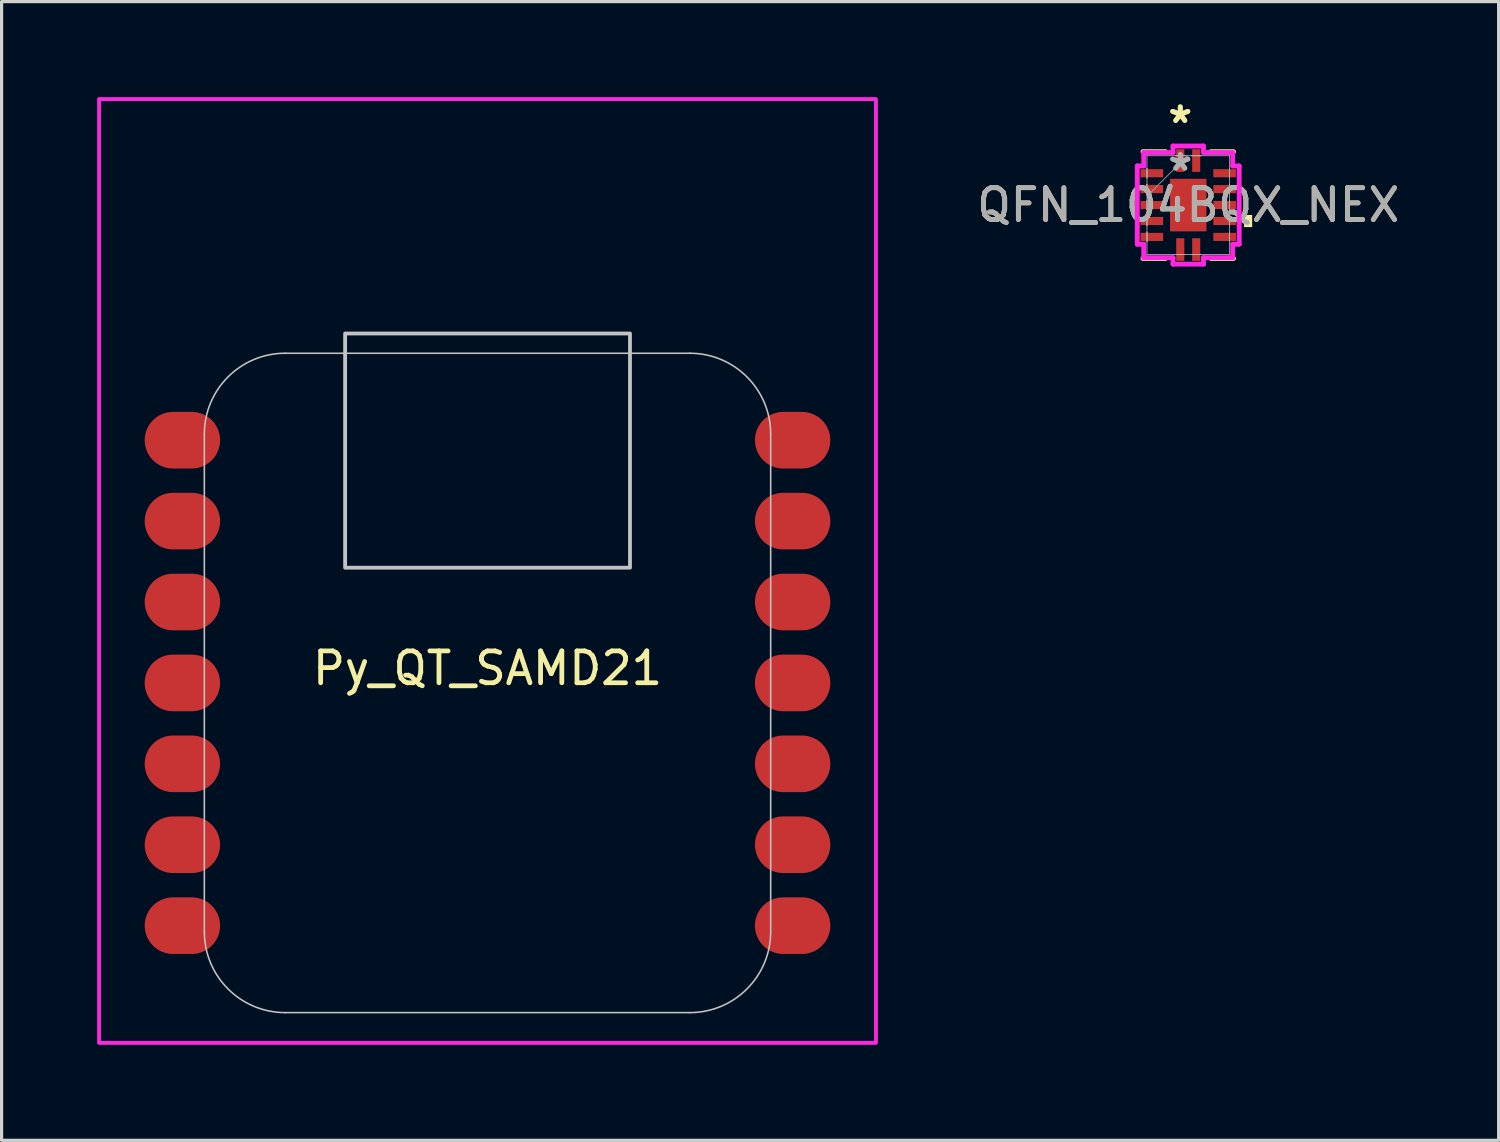
<source format=kicad_pcb>
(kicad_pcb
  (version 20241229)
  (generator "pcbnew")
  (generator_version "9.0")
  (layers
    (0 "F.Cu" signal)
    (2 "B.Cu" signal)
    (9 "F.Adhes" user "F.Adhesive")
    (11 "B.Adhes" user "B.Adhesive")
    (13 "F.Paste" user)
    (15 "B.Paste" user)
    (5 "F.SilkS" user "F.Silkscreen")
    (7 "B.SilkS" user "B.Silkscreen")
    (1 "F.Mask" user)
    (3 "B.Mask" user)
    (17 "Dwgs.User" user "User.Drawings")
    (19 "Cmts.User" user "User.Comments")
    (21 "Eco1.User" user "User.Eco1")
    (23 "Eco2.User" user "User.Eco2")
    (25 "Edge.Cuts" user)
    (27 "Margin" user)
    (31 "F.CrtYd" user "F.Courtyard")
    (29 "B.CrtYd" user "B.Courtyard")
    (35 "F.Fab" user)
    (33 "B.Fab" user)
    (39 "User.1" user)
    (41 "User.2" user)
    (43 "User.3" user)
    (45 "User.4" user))
  (footprint "Py_QT_SAMD21"
    (layer "F.Cu")
    (at 12.255 18.43)
    (property "Reference" "Py_QT_SAMD21" (at 0 -0.5 0) (unlocked yes) (layer "F.SilkS") (effects (font (size 1 1) (thickness 0.15))))
    (fp_line (start -8.89 7.771) (end -8.89 -7.851) (stroke (width 0.05) (type solid)) (layer "Dwgs.User"))
    (fp_line (start -6.35 -10.39) (end 6.35 -10.39) (stroke (width 0.05) (type solid)) (layer "Dwgs.User"))
    (fp_line (start 6.35 10.31) (end -6.35 10.31) (stroke (width 0.05) (type solid)) (layer "Dwgs.User"))
    (fp_line (start 8.89 -7.851) (end 8.89 7.771) (stroke (width 0.05) (type solid)) (layer "Dwgs.User"))
    (fp_rect (start -4.47 -11.01) (end 4.473 -3.657) (stroke (width 0.12) (type default)) (fill no) (layer "Dwgs.User"))
    (fp_arc (start -8.89 -7.8505) (mid -8.146051 -9.646551) (end -6.35 -10.3905) (stroke (width 0.05) (type solid)) (layer "Dwgs.User"))
    (fp_arc (start -6.35 10.3105) (mid -8.146051 9.566551) (end -8.89 7.7705) (stroke (width 0.05) (type solid)) (layer "Dwgs.User"))
    (fp_arc (start 6.35 -10.3905) (mid 8.146051 -9.646551) (end 8.89 -7.8505) (stroke (width 0.05) (type solid)) (layer "Dwgs.User"))
    (fp_arc (start 8.89 7.7705) (mid 8.146051 9.566551) (end 6.35 10.3105) (stroke (width 0.05) (type solid)) (layer "Dwgs.User"))
    (fp_rect (start -12.195 -18.37) (end 12.195 11.26) (stroke (width 0.12) (type default)) (fill no) (layer "F.CrtYd"))
    (pad "1" smd oval (at -9.579 -7.66) (size 2.367 1.778) (layers "F.Cu" "F.Mask" "F.Paste"))
    (pad "2" smd oval (at -9.579 -5.12) (size 2.367 1.778) (layers "F.Cu" "F.Mask" "F.Paste"))
    (pad "3" smd oval (at -9.579 -2.58) (size 2.367 1.778) (layers "F.Cu" "F.Mask" "F.Paste"))
    (pad "4" smd oval (at -9.579 -0.04) (size 2.367 1.778) (layers "F.Cu" "F.Mask" "F.Paste"))
    (pad "5" smd oval (at -9.579 2.5) (size 2.367 1.778) (layers "F.Cu" "F.Mask" "F.Paste"))
    (pad "6" smd oval (at -9.579 5.04) (size 2.367 1.778) (layers "F.Cu" "F.Mask" "F.Paste"))
    (pad "7" smd oval (at -9.579 7.58) (size 2.367 1.778) (layers "F.Cu" "F.Mask" "F.Paste"))
    (pad "8" smd oval (at 9.579 7.58 180) (size 2.367 1.778) (layers "F.Cu" "F.Mask" "F.Paste"))
    (pad "9" smd oval (at 9.579 5.04 180) (size 2.367 1.778) (layers "F.Cu" "F.Mask" "F.Paste"))
    (pad "10" smd oval (at 9.579 2.5 180) (size 2.367 1.778) (layers "F.Cu" "F.Mask" "F.Paste"))
    (pad "11" smd oval (at 9.579 -0.04 180) (size 2.367 1.778) (layers "F.Cu" "F.Mask" "F.Paste"))
    (pad "12" smd oval (at 9.579 -2.58 180) (size 2.367 1.778) (layers "F.Cu" "F.Mask" "F.Paste"))
    (pad "13" smd oval (at 9.579 -5.12 180) (size 2.367 1.778) (layers "F.Cu" "F.Mask" "F.Paste"))
    (pad "14" smd oval (at 9.579 -7.66 180) (size 2.367 1.778) (layers "F.Cu" "F.Mask" "F.Paste")))
  (footprint "QFN_104BQX_NEX"
    (layer "F.Cu")
    (at 34.254 3.388)
    (property "Reference" "QFN_104BQX_NEX" (at 0 0 0) (unlocked yes) (layer "F.SilkS") (effects (font (size 1 1) (thickness 0.15))))
    (attr smd)
    (fp_line (start -1.422 1.676) (end -0.71 1.676) (stroke (width 0.152) (type solid)) (layer "F.SilkS"))
    (fp_line (start -0.71 -1.676) (end -1.422 -1.676) (stroke (width 0.152) (type solid)) (layer "F.SilkS"))
    (fp_line (start 0.71 1.676) (end 1.422 1.676) (stroke (width 0.152) (type solid)) (layer "F.SilkS"))
    (fp_line (start 1.422 -1.676) (end 0.71 -1.676) (stroke (width 0.152) (type solid)) (layer "F.SilkS"))
    (fp_poly (pts (xy 2.007 0.31) (xy 2.007 0.691) (xy 1.753 0.691) (xy 1.753 0.31)) (stroke (width 0) (type solid)) (fill yes) (layer "F.SilkS"))
    (fp_line (start -1.6 -1.229) (end -1.397 -1.229) (stroke (width 0.152) (type solid)) (layer "F.CrtYd"))
    (fp_line (start -1.6 1.229) (end -1.6 -1.229) (stroke (width 0.152) (type solid)) (layer "F.CrtYd"))
    (fp_line (start -1.397 -1.651) (end -0.479 -1.651) (stroke (width 0.152) (type solid)) (layer "F.CrtYd"))
    (fp_line (start -1.397 -1.229) (end -1.397 -1.651) (stroke (width 0.152) (type solid)) (layer "F.CrtYd"))
    (fp_line (start -1.397 1.229) (end -1.6 1.229) (stroke (width 0.152) (type solid)) (layer "F.CrtYd"))
    (fp_line (start -1.397 1.651) (end -1.397 1.229) (stroke (width 0.152) (type solid)) (layer "F.CrtYd"))
    (fp_line (start -0.479 -1.854) (end 0.479 -1.854) (stroke (width 0.152) (type solid)) (layer "F.CrtYd"))
    (fp_line (start -0.479 -1.651) (end -0.479 -1.854) (stroke (width 0.152) (type solid)) (layer "F.CrtYd"))
    (fp_line (start -0.479 1.651) (end -1.397 1.651) (stroke (width 0.152) (type solid)) (layer "F.CrtYd"))
    (fp_line (start -0.479 1.854) (end -0.479 1.651) (stroke (width 0.152) (type solid)) (layer "F.CrtYd"))
    (fp_line (start 0.479 -1.854) (end 0.479 -1.651) (stroke (width 0.152) (type solid)) (layer "F.CrtYd"))
    (fp_line (start 0.479 -1.651) (end 1.397 -1.651) (stroke (width 0.152) (type solid)) (layer "F.CrtYd"))
    (fp_line (start 0.479 1.651) (end 0.479 1.854) (stroke (width 0.152) (type solid)) (layer "F.CrtYd"))
    (fp_line (start 0.479 1.854) (end -0.479 1.854) (stroke (width 0.152) (type solid)) (layer "F.CrtYd"))
    (fp_line (start 1.397 -1.651) (end 1.397 -1.229) (stroke (width 0.152) (type solid)) (layer "F.CrtYd"))
    (fp_line (start 1.397 -1.229) (end 1.6 -1.229) (stroke (width 0.152) (type solid)) (layer "F.CrtYd"))
    (fp_line (start 1.397 1.229) (end 1.397 1.651) (stroke (width 0.152) (type solid)) (layer "F.CrtYd"))
    (fp_line (start 1.397 1.651) (end 0.479 1.651) (stroke (width 0.152) (type solid)) (layer "F.CrtYd"))
    (fp_line (start 1.6 -1.229) (end 1.6 1.229) (stroke (width 0.152) (type solid)) (layer "F.CrtYd"))
    (fp_line (start 1.6 1.229) (end 1.397 1.229) (stroke (width 0.152) (type solid)) (layer "F.CrtYd"))
    (fp_line (start -1.295 -1.549) (end -1.295 -1.549) (stroke (width 0.025) (type solid)) (layer "F.Fab"))
    (fp_line (start -1.295 -1.549) (end -1.295 1.549) (stroke (width 0.025) (type solid)) (layer "F.Fab"))
    (fp_line (start -1.295 -1.153) (end -1.295 -1.153) (stroke (width 0.025) (type solid)) (layer "F.Fab"))
    (fp_line (start -1.295 -1.153) (end -1.295 -0.848) (stroke (width 0.025) (type solid)) (layer "F.Fab"))
    (fp_line (start -1.295 -0.848) (end -1.295 -1.153) (stroke (width 0.025) (type solid)) (layer "F.Fab"))
    (fp_line (start -1.295 -0.848) (end -1.295 -0.848) (stroke (width 0.025) (type solid)) (layer "F.Fab"))
    (fp_line (start -1.295 -0.653) (end -1.295 -0.653) (stroke (width 0.025) (type solid)) (layer "F.Fab"))
    (fp_line (start -1.295 -0.653) (end -1.295 -0.348) (stroke (width 0.025) (type solid)) (layer "F.Fab"))
    (fp_line (start -1.295 -0.348) (end -1.295 -0.653) (stroke (width 0.025) (type solid)) (layer "F.Fab"))
    (fp_line (start -1.295 -0.348) (end -1.295 -0.348) (stroke (width 0.025) (type solid)) (layer "F.Fab"))
    (fp_line (start -1.295 -0.279) (end -0.025 -1.549) (stroke (width 0.025) (type solid)) (layer "F.Fab"))
    (fp_line (start -1.295 -0.152) (end -1.295 -0.152) (stroke (width 0.025) (type solid)) (layer "F.Fab"))
    (fp_line (start -1.295 -0.152) (end -1.295 0.152) (stroke (width 0.025) (type solid)) (layer "F.Fab"))
    (fp_line (start -1.295 0.152) (end -1.295 -0.152) (stroke (width 0.025) (type solid)) (layer "F.Fab"))
    (fp_line (start -1.295 0.152) (end -1.295 0.152) (stroke (width 0.025) (type solid)) (layer "F.Fab"))
    (fp_line (start -1.295 0.348) (end -1.295 0.348) (stroke (width 0.025) (type solid)) (layer "F.Fab"))
    (fp_line (start -1.295 0.348) (end -1.295 0.653) (stroke (width 0.025) (type solid)) (layer "F.Fab"))
    (fp_line (start -1.295 0.653) (end -1.295 0.348) (stroke (width 0.025) (type solid)) (layer "F.Fab"))
    (fp_line (start -1.295 0.653) (end -1.295 0.653) (stroke (width 0.025) (type solid)) (layer "F.Fab"))
    (fp_line (start -1.295 0.848) (end -1.295 0.848) (stroke (width 0.025) (type solid)) (layer "F.Fab"))
    (fp_line (start -1.295 0.848) (end -1.295 1.153) (stroke (width 0.025) (type solid)) (layer "F.Fab"))
    (fp_line (start -1.295 1.153) (end -1.295 0.848) (stroke (width 0.025) (type solid)) (layer "F.Fab"))
    (fp_line (start -1.295 1.153) (end -1.295 1.153) (stroke (width 0.025) (type solid)) (layer "F.Fab"))
    (fp_line (start -1.295 1.549) (end -1.295 1.549) (stroke (width 0.025) (type solid)) (layer "F.Fab"))
    (fp_line (start -1.295 1.549) (end 1.295 1.549) (stroke (width 0.025) (type solid)) (layer "F.Fab"))
    (fp_line (start -0.402 -1.549) (end -0.402 -1.549) (stroke (width 0.025) (type solid)) (layer "F.Fab"))
    (fp_line (start -0.402 -1.549) (end -0.098 -1.549) (stroke (width 0.025) (type solid)) (layer "F.Fab"))
    (fp_line (start -0.402 1.549) (end -0.402 1.549) (stroke (width 0.025) (type solid)) (layer "F.Fab"))
    (fp_line (start -0.402 1.549) (end -0.098 1.549) (stroke (width 0.025) (type solid)) (layer "F.Fab"))
    (fp_line (start -0.098 -1.549) (end -0.402 -1.549) (stroke (width 0.025) (type solid)) (layer "F.Fab"))
    (fp_line (start -0.098 -1.549) (end -0.098 -1.549) (stroke (width 0.025) (type solid)) (layer "F.Fab"))
    (fp_line (start -0.098 1.549) (end -0.402 1.549) (stroke (width 0.025) (type solid)) (layer "F.Fab"))
    (fp_line (start -0.098 1.549) (end -0.098 1.549) (stroke (width 0.025) (type solid)) (layer "F.Fab"))
    (fp_line (start 0.098 -1.549) (end 0.098 -1.549) (stroke (width 0.025) (type solid)) (layer "F.Fab"))
    (fp_line (start 0.098 -1.549) (end 0.402 -1.549) (stroke (width 0.025) (type solid)) (layer "F.Fab"))
    (fp_line (start 0.098 1.549) (end 0.098 1.549) (stroke (width 0.025) (type solid)) (layer "F.Fab"))
    (fp_line (start 0.098 1.549) (end 0.402 1.549) (stroke (width 0.025) (type solid)) (layer "F.Fab"))
    (fp_line (start 0.402 -1.549) (end 0.098 -1.549) (stroke (width 0.025) (type solid)) (layer "F.Fab"))
    (fp_line (start 0.402 -1.549) (end 0.402 -1.549) (stroke (width 0.025) (type solid)) (layer "F.Fab"))
    (fp_line (start 0.402 1.549) (end 0.098 1.549) (stroke (width 0.025) (type solid)) (layer "F.Fab"))
    (fp_line (start 0.402 1.549) (end 0.402 1.549) (stroke (width 0.025) (type solid)) (layer "F.Fab"))
    (fp_line (start 1.295 -1.549) (end -1.295 -1.549) (stroke (width 0.025) (type solid)) (layer "F.Fab"))
    (fp_line (start 1.295 -1.549) (end 1.295 -1.549) (stroke (width 0.025) (type solid)) (layer "F.Fab"))
    (fp_line (start 1.295 -1.153) (end 1.295 -1.153) (stroke (width 0.025) (type solid)) (layer "F.Fab"))
    (fp_line (start 1.295 -1.153) (end 1.295 -0.848) (stroke (width 0.025) (type solid)) (layer "F.Fab"))
    (fp_line (start 1.295 -0.848) (end 1.295 -1.153) (stroke (width 0.025) (type solid)) (layer "F.Fab"))
    (fp_line (start 1.295 -0.848) (end 1.295 -0.848) (stroke (width 0.025) (type solid)) (layer "F.Fab"))
    (fp_line (start 1.295 -0.653) (end 1.295 -0.653) (stroke (width 0.025) (type solid)) (layer "F.Fab"))
    (fp_line (start 1.295 -0.653) (end 1.295 -0.348) (stroke (width 0.025) (type solid)) (layer "F.Fab"))
    (fp_line (start 1.295 -0.348) (end 1.295 -0.653) (stroke (width 0.025) (type solid)) (layer "F.Fab"))
    (fp_line (start 1.295 -0.348) (end 1.295 -0.348) (stroke (width 0.025) (type solid)) (layer "F.Fab"))
    (fp_line (start 1.295 -0.152) (end 1.295 -0.152) (stroke (width 0.025) (type solid)) (layer "F.Fab"))
    (fp_line (start 1.295 -0.152) (end 1.295 0.152) (stroke (width 0.025) (type solid)) (layer "F.Fab"))
    (fp_line (start 1.295 0.152) (end 1.295 -0.152) (stroke (width 0.025) (type solid)) (layer "F.Fab"))
    (fp_line (start 1.295 0.152) (end 1.295 0.152) (stroke (width 0.025) (type solid)) (layer "F.Fab"))
    (fp_line (start 1.295 0.348) (end 1.295 0.348) (stroke (width 0.025) (type solid)) (layer "F.Fab"))
    (fp_line (start 1.295 0.348) (end 1.295 0.653) (stroke (width 0.025) (type solid)) (layer "F.Fab"))
    (fp_line (start 1.295 0.653) (end 1.295 0.348) (stroke (width 0.025) (type solid)) (layer "F.Fab"))
    (fp_line (start 1.295 0.653) (end 1.295 0.653) (stroke (width 0.025) (type solid)) (layer "F.Fab"))
    (fp_line (start 1.295 0.848) (end 1.295 0.848) (stroke (width 0.025) (type solid)) (layer "F.Fab"))
    (fp_line (start 1.295 0.848) (end 1.295 1.153) (stroke (width 0.025) (type solid)) (layer "F.Fab"))
    (fp_line (start 1.295 1.153) (end 1.295 0.848) (stroke (width 0.025) (type solid)) (layer "F.Fab"))
    (fp_line (start 1.295 1.153) (end 1.295 1.153) (stroke (width 0.025) (type solid)) (layer "F.Fab"))
    (fp_line (start 1.295 1.549) (end 1.295 -1.549) (stroke (width 0.025) (type solid)) (layer "F.Fab"))
    (fp_line (start 1.295 1.549) (end 1.295 1.549) (stroke (width 0.025) (type solid)) (layer "F.Fab"))
    (fp_text user "*" (at -0.25 -2.54 0) (layer "F.SilkS") (effects (font (size 1 1) (thickness 0.15))))
    (fp_text user "*" (at -0.25 -2.54 0) (unlocked yes) (layer "F.SilkS") (effects (font (size 1 1) (thickness 0.15))))
    (fp_text user "*" (at -0.25 -1.041 0) (layer "F.Fab") (effects (font (size 1 1) (thickness 0.15))))
    (fp_text user "*" (at -0.25 -1.041 0) (unlocked yes) (layer "F.Fab") (effects (font (size 1 1) (thickness 0.15))))
    (fp_text user "${REFERENCE}" (at 0 0 0) (unlocked yes) (layer "F.Fab") (effects (font (size 1 1) (thickness 0.15))))
    (pad "1" smd rect (at -0.25 -1.397) (size 0.254 0.711) (layers "F.Cu" "F.Mask" "F.Paste"))
    (pad "2" smd rect (at -1.143 -1 90) (size 0.254 0.711) (layers "F.Cu" "F.Mask" "F.Paste"))
    (pad "3" smd rect (at -1.143 -0.5 90) (size 0.254 0.711) (layers "F.Cu" "F.Mask" "F.Paste"))
    (pad "4" smd rect (at -1.143 0 90) (size 0.254 0.711) (layers "F.Cu" "F.Mask" "F.Paste"))
    (pad "5" smd rect (at -1.143 0.5 90) (size 0.254 0.711) (layers "F.Cu" "F.Mask" "F.Paste"))
    (pad "6" smd rect (at -1.143 1 90) (size 0.254 0.711) (layers "F.Cu" "F.Mask" "F.Paste"))
    (pad "7" smd rect (at -0.25 1.397) (size 0.254 0.711) (layers "F.Cu" "F.Mask" "F.Paste"))
    (pad "8" smd rect (at 0.25 1.397) (size 0.254 0.711) (layers "F.Cu" "F.Mask" "F.Paste"))
    (pad "9" smd rect (at 1.143 1 90) (size 0.254 0.711) (layers "F.Cu" "F.Mask" "F.Paste"))
    (pad "10" smd rect (at 1.143 0.5 90) (size 0.254 0.711) (layers "F.Cu" "F.Mask" "F.Paste"))
    (pad "11" smd rect (at 1.143 0 90) (size 0.254 0.711) (layers "F.Cu" "F.Mask" "F.Paste"))
    (pad "12" smd rect (at 1.143 -0.5 90) (size 0.254 0.711) (layers "F.Cu" "F.Mask" "F.Paste"))
    (pad "13" smd rect (at 1.143 -1 90) (size 0.254 0.711) (layers "F.Cu" "F.Mask" "F.Paste"))
    (pad "14" smd rect (at 0.25 -1.397) (size 0.254 0.711) (layers "F.Cu" "F.Mask" "F.Paste"))
    (pad "15" smd rect (at 0 0) (size 1.143 1.651) (layers "F.Cu" "F.Mask" "F.Paste")))
  (gr_rect
    (start -3 -3)
    (end 43.998 32.75)
    (stroke (width 0.1) (type default))
    (fill no)
    (layer "Edge.Cuts")))
</source>
